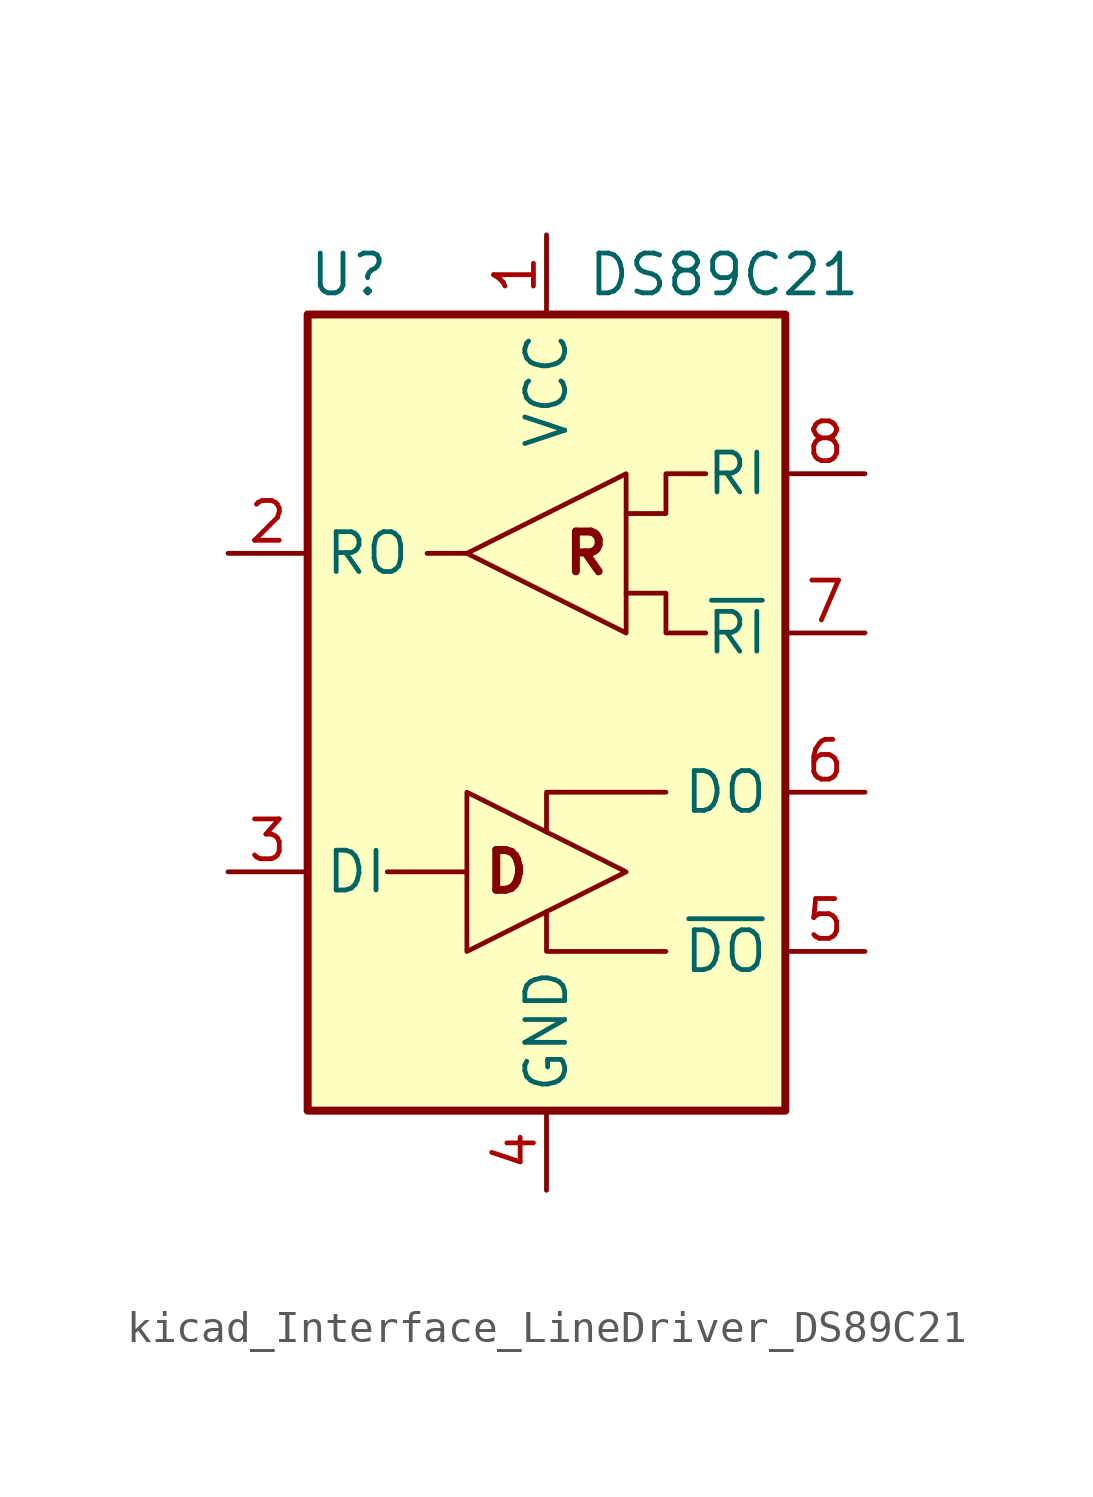
<source format=kicad_sym>
(kicad_symbol_lib
  (version 20220914)
  (generator kicad_symbol_editor)
  (symbol "kicad_Interface_LineDriver_DS89C21"
    (property "Reference" "U"
      (at -7.62 13.97 0)
      (effects (font (size 1.27 1.27)) (justify left)))
    (property "Value" "DS89C21"
      (at 1.27 13.97 0)
      (effects (font (size 1.27 1.27)) (justify left)))
    (symbol "kicad_Interface_LineDriver_DS89C21_0_0"
      (text "D" (at -1.27 -5.08 0) (effects (font (size 1.27 1.27) bold)))
      (text "R" (at 1.27 5.08 0) (effects (font (size 1.27 1.27) bold))))
    (symbol "kicad_Interface_LineDriver_DS89C21_0_1"
      (rectangle (start -7.62 12.7) (end 7.62 -12.7) (stroke (width 0.254) (type default)) (fill (type background)))
      (polyline (pts (xy -5.08 -5.08) (xy -2.54 -5.08)) (stroke (width 0) (type default)) (fill (type none)))
      (polyline (pts (xy -2.54 5.08) (xy -3.81 5.08)) (stroke (width 0) (type default)) (fill (type none)))
      (polyline (pts (xy 3.81 -7.62) (xy 0 -7.62) (xy 0 -6.35)) (stroke (width 0) (type default)) (fill (type none)))
      (polyline (pts (xy 3.81 -2.54) (xy 0 -2.54) (xy 0 -3.81)) (stroke (width 0) (type default)) (fill (type none)))
      (polyline (pts (xy -2.54 -2.54) (xy -2.54 -7.62) (xy 2.54 -5.08) (xy -2.54 -2.54)) (stroke (width 0) (type default)) (fill (type none)))
      (polyline (pts (xy 2.54 3.81) (xy 3.81 3.81) (xy 3.81 2.54) (xy 5.08 2.54)) (stroke (width 0) (type default)) (fill (type none)))
      (polyline (pts (xy 2.54 6.35) (xy 3.81 6.35) (xy 3.81 7.62) (xy 5.08 7.62)) (stroke (width 0) (type default)) (fill (type none)))
      (polyline (pts (xy 2.54 7.62) (xy 2.54 2.54) (xy -2.54 5.08) (xy 2.54 7.62)) (stroke (width 0) (type default)) (fill (type none))))
    (symbol "kicad_Interface_LineDriver_DS89C21_1_1"
      (pin power_in line (at 0 15.24 270) (length 2.54) (name "VCC" (effects (font (size 1.27 1.27)))) (number "1" (effects (font (size 1.27 1.27)))))
      (pin output line (at -10.16 5.08 0) (length 2.54) (name "RO" (effects (font (size 1.27 1.27)))) (number "2" (effects (font (size 1.27 1.27)))))
      (pin input line (at -10.16 -5.08 0) (length 2.54) (name "DI" (effects (font (size 1.27 1.27)))) (number "3" (effects (font (size 1.27 1.27)))))
      (pin power_in line (at 0 -15.24 90) (length 2.54) (name "GND" (effects (font (size 1.27 1.27)))) (number "4" (effects (font (size 1.27 1.27)))))
      (pin output line (at 10.16 -7.62 180) (length 2.54) (name "~{DO}" (effects (font (size 1.27 1.27)))) (number "5" (effects (font (size 1.27 1.27)))))
      (pin output line (at 10.16 -2.54 180) (length 2.54) (name "DO" (effects (font (size 1.27 1.27)))) (number "6" (effects (font (size 1.27 1.27)))))
      (pin input line (at 10.16 2.54 180) (length 2.54) (name "~{RI}" (effects (font (size 1.27 1.27)))) (number "7" (effects (font (size 1.27 1.27)))))
      (pin input line (at 10.16 7.62 180) (length 2.54) (name "RI" (effects (font (size 1.27 1.27)))) (number "8" (effects (font (size 1.27 1.27))))))))
</source>
